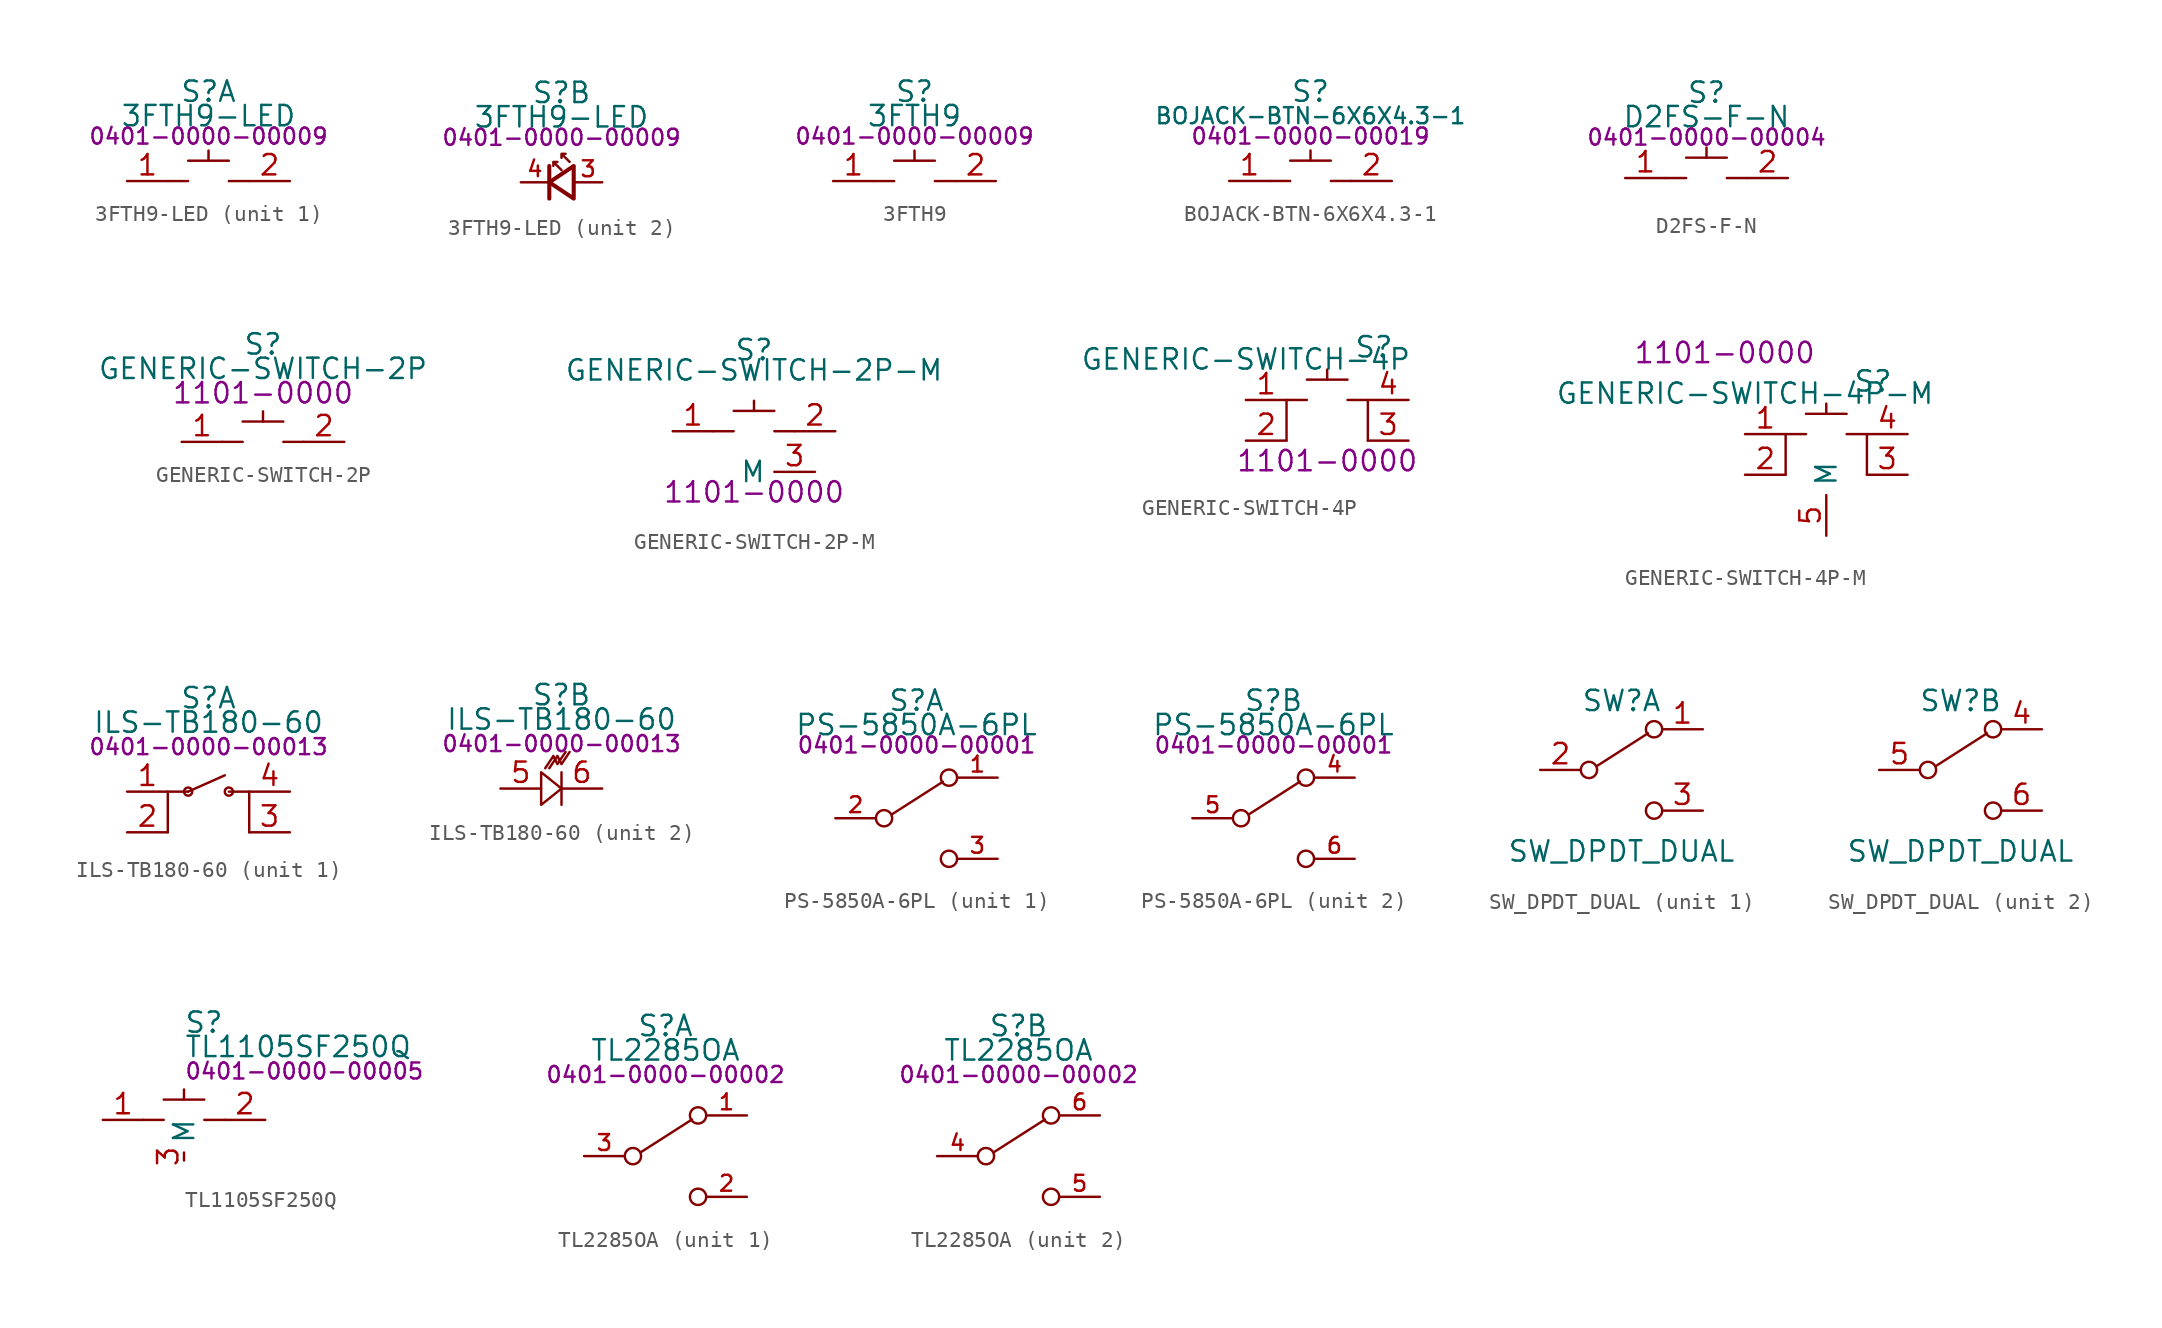
<source format=kicad_sym>
(kicad_symbol_lib
  (version 20231120)
  (generator "kicad_symbol_editor")
  (generator_version "8.0")
  (symbol "3FTH9-LED"
    (pin_names hide)
    (property "Reference" "S"
      (at 0 5.588 0)
      (effects (font (size 1.27 1.27))))
    (property "Value" "3FTH9-LED"
      (at 0 4.064 0)
      (effects (font (size 1.27 1.27))))
    (property "PartNumber" "0401-0000-00009"
      (at 0 2.794 0)
      (effects (font (size 1 1))))
    (property "ki_locked" ""
      (at 0 0 0)
      (effects (font (size 1.27 1.27))))
    (symbol "3FTH9-LED_1_0"
      (polyline (pts (xy -1.27 1.27) (xy 1.27 1.27)) (stroke (width 0) (type default)) (fill (type none)))
      (polyline (pts (xy 0 1.27) (xy 0 1.905)) (stroke (width 0) (type default)) (fill (type none)))
      (pin passive line (at -5.08 0 0) (length 2.54) (name "SW1" (effects (font (size 1.27 1.27)))) (number "1" (effects (font (size 1.27 1.27)))))
      (pin passive line (at 5.08 0 180) (length 2.54) (name "SW2" (effects (font (size 1.27 1.27)))) (number "2" (effects (font (size 1.27 1.27))))))
    (symbol "3FTH9-LED_1_1"
      (polyline (pts (xy -2.54 0) (xy -1.27 0)) (stroke (width 0) (type default)) (fill (type none)))
      (polyline (pts (xy 2.54 0) (xy 1.27 0)) (stroke (width 0) (type default)) (fill (type none))))
    (symbol "3FTH9-LED_2_1"
      (polyline (pts (xy -0.762 -1.016) (xy -0.762 1.016)) (stroke (width 0.254) (type default)) (fill (type none)))
      (polyline (pts (xy 0.762 -1.016) (xy -0.762 0) (xy 0.762 1.016) (xy 0.762 -1.016)) (stroke (width 0.254) (type default)) (fill (type none)))
      (polyline (pts (xy 0 0.762) (xy -0.508 1.27) (xy -0.254 1.27) (xy -0.508 1.27) (xy -0.508 1.016)) (stroke (width 0) (type default)) (fill (type none)))
      (polyline (pts (xy 0.508 1.27) (xy 0 1.778) (xy 0.254 1.778) (xy 0 1.778) (xy 0 1.524)) (stroke (width 0) (type default)) (fill (type none)))
      (pin input line (at 2.54 0 180) (length 1.75) (name "LA" (effects (font (size 1.27 1.27)))) (number "3" (effects (font (size 0.991 0.991)))))
      (pin input line (at -2.54 0 0) (length 1.75) (name "LK" (effects (font (size 1.27 1.27)))) (number "4" (effects (font (size 0.991 0.991)))))))
  (symbol "3FTH9"
    (pin_names hide)
    (property "Reference" "S"
      (at 0 5.588 0)
      (effects (font (size 1.27 1.27))))
    (property "Value" "3FTH9"
      (at 0 4.064 0)
      (effects (font (size 1.27 1.27))))
    (property "PartNumber" "0401-0000-00009"
      (at 0 2.794 0)
      (effects (font (size 1 1))))
    (symbol "3FTH9_0_0"
      (polyline (pts (xy -1.27 1.27) (xy 1.27 1.27)) (stroke (width 0) (type default)) (fill (type none)))
      (polyline (pts (xy 0 1.27) (xy 0 1.905)) (stroke (width 0) (type default)) (fill (type none))))
    (symbol "3FTH9_0_1"
      (polyline (pts (xy -2.54 0) (xy -1.27 0)) (stroke (width 0) (type default)) (fill (type none)))
      (polyline (pts (xy 2.54 0) (xy 1.27 0)) (stroke (width 0) (type default)) (fill (type none))))
    (symbol "3FTH9_1_0"
      (pin passive line (at -5.08 0 0) (length 2.54) (name "SW1" (effects (font (size 1.27 1.27)))) (number "1" (effects (font (size 1.27 1.27)))))
      (pin passive line (at 5.08 0 180) (length 2.54) (name "SW2" (effects (font (size 1.27 1.27)))) (number "2" (effects (font (size 1.27 1.27)))))))
  (symbol "BOJACK-BTN-6X6X4.3-1"
    (property "Reference" "S"
      (at 0 5.588 0)
      (effects (font (size 1.27 1.27))))
    (property "Value" "BOJACK-BTN-6X6X4.3-1"
      (at 0 4.064 0)
      (effects (font (size 1 1))))
    (property "PartNumber" "0401-0000-00019"
      (at 0 2.794 0)
      (effects (font (size 1 1))))
    (symbol "BOJACK-BTN-6X6X4.3-1_0_0"
      (polyline (pts (xy -2.54 0) (xy -1.27 0)) (stroke (width 0) (type default)) (fill (type none)))
      (polyline (pts (xy -1.27 1.27) (xy 1.27 1.27)) (stroke (width 0) (type default)) (fill (type none)))
      (polyline (pts (xy 0 1.27) (xy 0 1.905)) (stroke (width 0) (type default)) (fill (type none)))
      (polyline (pts (xy 2.54 0) (xy 1.27 0)) (stroke (width 0) (type default)) (fill (type none)))
      (pin passive line (at -5.08 0 0) (length 2.54) (name "~" (effects (font (size 1.27 1.27)))) (number "1" (effects (font (size 1.27 1.27)))))
      (pin passive line (at 5.08 0 180) (length 2.54) (name "~" (effects (font (size 1.27 1.27)))) (number "2" (effects (font (size 1.27 1.27)))))))
  (symbol "D2FS-F-N"
    (pin_names hide)
    (property "Reference" "S"
      (at 0 5.334 0)
      (effects (font (size 1.27 1.27))))
    (property "Value" "D2FS-F-N"
      (at 0 3.81 0)
      (effects (font (size 1.27 1.27))))
    (property "PartNumber" "0401-0000-00004"
      (at 0 2.54 0)
      (effects (font (size 1 1))))
    (symbol "D2FS-F-N_0_0"
      (polyline (pts (xy -1.27 1.27) (xy 1.27 1.27)) (stroke (width 0) (type default)) (fill (type none)))
      (polyline (pts (xy 0 1.27) (xy 0 1.905)) (stroke (width 0) (type default)) (fill (type none))))
    (symbol "D2FS-F-N_0_1"
      (polyline (pts (xy -2.54 0) (xy -1.27 0)) (stroke (width 0) (type default)) (fill (type none)))
      (polyline (pts (xy 2.54 0) (xy 1.27 0)) (stroke (width 0) (type default)) (fill (type none))))
    (symbol "D2FS-F-N_1_0"
      (pin passive line (at -5.08 0 0) (length 2.54) (name "SW1" (effects (font (size 1.27 1.27)))) (number "1" (effects (font (size 1.27 1.27)))))
      (pin passive line (at 5.08 0 180) (length 2.54) (name "SW2" (effects (font (size 1.27 1.27)))) (number "2" (effects (font (size 1.27 1.27)))))
      (pin no_connect line (at 1.27 -1.27 180) (length 2.54) hide (name "NC" (effects (font (size 1.27 1.27)))) (number "3" (effects (font (size 1.27 1.27)))))))
  (symbol "GENERIC-SWITCH-2P"
    (property "Reference" "S"
      (at 0 6.096 0)
      (effects (font (size 1.27 1.27))))
    (property "Value" "GENERIC-SWITCH-2P"
      (at 0 4.572 0)
      (effects (font (size 1.27 1.27))))
    (property "PartNumber" "1101-0000"
      (at 0 3.048 0)
      (effects (font (size 1.27 1.27))))
    (symbol "GENERIC-SWITCH-2P_0_0"
      (polyline (pts (xy -2.54 0) (xy -1.27 0)) (stroke (width 0) (type default)) (fill (type none)))
      (polyline (pts (xy -1.27 1.27) (xy 1.27 1.27)) (stroke (width 0) (type default)) (fill (type none)))
      (polyline (pts (xy 0 1.27) (xy 0 1.905)) (stroke (width 0) (type default)) (fill (type none)))
      (polyline (pts (xy 2.54 0) (xy 1.27 0)) (stroke (width 0) (type default)) (fill (type none)))
      (pin passive line (at -5.08 0 0) (length 2.54) (name "~" (effects (font (size 1.27 1.27)))) (number "1" (effects (font (size 1.27 1.27)))))
      (pin passive line (at 5.08 0 180) (length 2.54) (name "~" (effects (font (size 1.27 1.27)))) (number "2" (effects (font (size 1.27 1.27)))))))
  (symbol "GENERIC-SWITCH-2P-M"
    (property "Reference" "S"
      (at 0 5.08 0)
      (effects (font (size 1.27 1.27))))
    (property "Value" "GENERIC-SWITCH-2P-M"
      (at 0 3.81 0)
      (effects (font (size 1.27 1.27))))
    (property "PartNumber" "1101-0000"
      (at 0 -3.81 0)
      (effects (font (size 1.27 1.27))))
    (symbol "GENERIC-SWITCH-2P-M_0_0"
      (polyline (pts (xy -2.54 0) (xy -1.27 0)) (stroke (width 0) (type default)) (fill (type none)))
      (polyline (pts (xy -1.27 1.27) (xy 1.27 1.27)) (stroke (width 0) (type default)) (fill (type none)))
      (polyline (pts (xy 0 1.27) (xy 0 1.905)) (stroke (width 0) (type default)) (fill (type none)))
      (polyline (pts (xy 2.54 0) (xy 1.27 0)) (stroke (width 0) (type default)) (fill (type none)))
      (pin passive line (at -5.08 0 0) (length 2.54) (name "~" (effects (font (size 1.27 1.27)))) (number "1" (effects (font (size 1.27 1.27)))))
      (pin passive line (at 5.08 0 180) (length 2.54) (name "~" (effects (font (size 1.27 1.27)))) (number "2" (effects (font (size 1.27 1.27)))))
      (pin passive line (at 3.81 -2.54 180) (length 2.54) (name "M" (effects (font (size 1.27 1.27)))) (number "3" (effects (font (size 1.27 1.27)))))))
  (symbol "GENERIC-SWITCH-4P"
    (property "Reference" "S"
      (at 2.921 3.302 0)
      (effects (font (size 1.27 1.27))))
    (property "Value" "GENERIC-SWITCH-4P"
      (at -5.08 2.54 0)
      (effects (font (size 1.27 1.27))))
    (property "PartNumber" "1101-0000"
      (at 0 -3.81 0)
      (effects (font (size 1.27 1.27))))
    (symbol "GENERIC-SWITCH-4P_0_0"
      (polyline (pts (xy -1.27 1.27) (xy 1.27 1.27)) (stroke (width 0) (type default)) (fill (type none)))
      (polyline (pts (xy 0 1.27) (xy 0 1.905)) (stroke (width 0) (type default)) (fill (type none)))
      (polyline (pts (xy -1.27 0) (xy -2.54 0) (xy -2.54 -2.54)) (stroke (width 0) (type default)) (fill (type none)))
      (polyline (pts (xy 1.27 0) (xy 2.54 0) (xy 2.54 -2.54)) (stroke (width 0) (type default)) (fill (type none)))
      (pin passive line (at -5.08 0 0) (length 2.54) (name "~" (effects (font (size 1.27 1.27)))) (number "1" (effects (font (size 1.27 1.27)))))
      (pin passive line (at -5.08 -2.54 0) (length 2.54) (name "~" (effects (font (size 1.27 1.27)))) (number "2" (effects (font (size 1.27 1.27)))))
      (pin passive line (at 5.08 -2.54 180) (length 2.54) (name "~" (effects (font (size 1.27 1.27)))) (number "3" (effects (font (size 1.27 1.27)))))
      (pin passive line (at 5.08 0 180) (length 2.54) (name "~" (effects (font (size 1.27 1.27)))) (number "4" (effects (font (size 1.27 1.27)))))))
  (symbol "GENERIC-SWITCH-4P-M"
    (property "Reference" "S"
      (at 2.921 3.302 0)
      (effects (font (size 1.27 1.27))))
    (property "Value" "GENERIC-SWITCH-4P-M"
      (at -5.08 2.54 0)
      (effects (font (size 1.27 1.27))))
    (property "PartNumber" "1101-0000"
      (at -6.35 5.08 0)
      (effects (font (size 1.27 1.27))))
    (symbol "GENERIC-SWITCH-4P-M_0_0"
      (polyline (pts (xy -1.27 1.27) (xy 1.27 1.27)) (stroke (width 0) (type default)) (fill (type none)))
      (polyline (pts (xy 0 1.27) (xy 0 1.905)) (stroke (width 0) (type default)) (fill (type none)))
      (polyline (pts (xy -1.27 0) (xy -2.54 0) (xy -2.54 -2.54)) (stroke (width 0) (type default)) (fill (type none)))
      (polyline (pts (xy 1.27 0) (xy 2.54 0) (xy 2.54 -2.54)) (stroke (width 0) (type default)) (fill (type none)))
      (pin passive line (at -5.08 0 0) (length 2.54) (name "~" (effects (font (size 1.27 1.27)))) (number "1" (effects (font (size 1.27 1.27)))))
      (pin passive line (at -5.08 -2.54 0) (length 2.54) (name "~" (effects (font (size 1.27 1.27)))) (number "2" (effects (font (size 1.27 1.27)))))
      (pin passive line (at 5.08 -2.54 180) (length 2.54) (name "~" (effects (font (size 1.27 1.27)))) (number "3" (effects (font (size 1.27 1.27)))))
      (pin passive line (at 5.08 0 180) (length 2.54) (name "~" (effects (font (size 1.27 1.27)))) (number "4" (effects (font (size 1.27 1.27)))))
      (pin passive line (at 0 -6.35 90) (length 2.54) (name "M" (effects (font (size 1.27 1.27)))) (number "5" (effects (font (size 1.27 1.27)))))))
  (symbol "ILS-TB180-60"
    (pin_names
      (offset 0.254))
    (property "Reference" "S"
      (at 0 5.842 0)
      (effects (font (size 1.27 1.27))))
    (property "Value" "ILS-TB180-60"
      (at 0 4.318 0)
      (effects (font (size 1.27 1.27))))
    (property "PartNumber" "0401-0000-00013"
      (at 0 2.794 0)
      (effects (font (size 1 1))))
    (property "ki_locked" ""
      (at 0 0 0)
      (effects (font (size 1.27 1.27))))
    (symbol "ILS-TB180-60_1_0"
      (polyline (pts (xy -1.27 0) (xy -2.54 0) (xy -2.54 -2.54)) (stroke (width 0) (type default)) (fill (type none)))
      (polyline (pts (xy 1.27 0) (xy 2.54 0) (xy 2.54 -2.54)) (stroke (width 0) (type default)) (fill (type none)))
      (pin passive line (at -5.08 0 0) (length 2.54) (name "~" (effects (font (size 1.27 1.27)))) (number "1" (effects (font (size 1.27 1.27)))))
      (pin passive line (at -5.08 -2.54 0) (length 2.54) (name "~" (effects (font (size 1.27 1.27)))) (number "2" (effects (font (size 1.27 1.27)))))
      (pin passive line (at 5.08 -2.54 180) (length 2.54) (name "~" (effects (font (size 1.27 1.27)))) (number "3" (effects (font (size 1.27 1.27)))))
      (pin passive line (at 5.08 0 180) (length 2.54) (name "~" (effects (font (size 1.27 1.27)))) (number "4" (effects (font (size 1.27 1.27))))))
    (symbol "ILS-TB180-60_1_1"
      (circle (center -1.27 0) (radius 0.254) (stroke (width 0) (type default)) (fill (type none)))
      (polyline (pts (xy -1.27 0) (xy 1.016 1.016)) (stroke (width 0) (type default)) (fill (type none)))
      (circle (center 1.27 0) (radius 0.254) (stroke (width 0) (type default)) (fill (type none))))
    (symbol "ILS-TB180-60_2_0"
      (pin passive line (at -3.81 0 0) (length 2.54) (name "~" (effects (font (size 1.27 1.27)))) (number "5" (effects (font (size 1.27 1.27)))))
      (pin passive line (at 2.54 0 180) (length 2.54) (name "~" (effects (font (size 1.27 1.27)))) (number "6" (effects (font (size 1.27 1.27))))))
    (symbol "ILS-TB180-60_2_1"
      (polyline (pts (xy 0 1.016) (xy 0 -1.016)) (stroke (width 0) (type default)) (fill (type none)))
      (polyline (pts (xy -1.27 1.016) (xy -1.27 -1.016) (xy 0 0) (xy -1.27 1.016)) (stroke (width 0) (type default)) (fill (type none)))
      (polyline (pts (xy -1.016 1.27) (xy -0.508 2.032) (xy -0.254 1.524) (xy 0.254 2.286)) (stroke (width 0) (type default)) (fill (type none)))
      (polyline (pts (xy -0.762 1.27) (xy -0.254 2.032) (xy 0 1.524) (xy 0.508 2.286)) (stroke (width 0) (type default)) (fill (type none)))))
  (symbol "PS-5850A-6PL"
    (pin_names hide)
    (property "Reference" "S"
      (at 0 7.366 0)
      (effects (font (size 1.27 1.27))))
    (property "Value" "PS-5850A-6PL"
      (at 0 5.842 0)
      (effects (font (size 1.27 1.27))))
    (property "PartNumber" "0401-0000-00001"
      (at 0 4.572 0)
      (effects (font (size 1 1))))
    (property "ki_locked" ""
      (at 0 0 0)
      (effects (font (size 1.27 1.27))))
    (symbol "PS-5850A-6PL_1_0"
      (circle (center -2.032 0) (radius 0.508) (stroke (width 0) (type default)) (fill (type none)))
      (circle (center 2.032 -2.54) (radius 0.508) (stroke (width 0) (type default)) (fill (type none)))
      (pin passive line (at 5.08 2.54 180) (length 2.54) (name "NC1" (effects (font (size 1.27 1.27)))) (number "1" (effects (font (size 0.991 0.991)))))
      (pin passive line (at -5.08 0 0) (length 2.54) (name "COM1" (effects (font (size 1.27 1.27)))) (number "2" (effects (font (size 0.991 0.991)))))
      (pin passive line (at 5.08 -2.54 180) (length 2.54) (name "NO1" (effects (font (size 1.27 1.27)))) (number "3" (effects (font (size 0.991 0.991))))))
    (symbol "PS-5850A-6PL_1_1"
      (polyline (pts (xy -1.524 0.254) (xy 1.651 2.286)) (stroke (width 0) (type default)) (fill (type none)))
      (circle (center 2.032 2.54) (radius 0.508) (stroke (width 0) (type default)) (fill (type none))))
    (symbol "PS-5850A-6PL_2_0"
      (circle (center -2.032 0) (radius 0.508) (stroke (width 0) (type default)) (fill (type none)))
      (circle (center 2.032 -2.54) (radius 0.508) (stroke (width 0) (type default)) (fill (type none)))
      (pin passive line (at 5.08 2.54 180) (length 2.54) (name "NC2" (effects (font (size 1.27 1.27)))) (number "4" (effects (font (size 0.991 0.991)))))
      (pin passive line (at -5.08 0 0) (length 2.54) (name "COM2" (effects (font (size 1.27 1.27)))) (number "5" (effects (font (size 0.991 0.991)))))
      (pin passive line (at 5.08 -2.54 180) (length 2.54) (name "NO2" (effects (font (size 1.27 1.27)))) (number "6" (effects (font (size 0.991 0.991))))))
    (symbol "PS-5850A-6PL_2_1"
      (polyline (pts (xy -1.524 0.254) (xy 1.651 2.286)) (stroke (width 0) (type default)) (fill (type none)))
      (circle (center 2.032 2.54) (radius 0.508) (stroke (width 0) (type default)) (fill (type none)))))
  (symbol "SW_DPDT_DUAL"
    (pin_names
      (offset 0) hide)
    (property "Reference" "SW"
      (at 0 4.318 0)
      (effects (font (size 1.27 1.27))))
    (property "Value" "SW_DPDT_DUAL"
      (at 0 -5.08 0)
      (effects (font (size 1.27 1.27))))
    (symbol "SW_DPDT_DUAL_0_0"
      (circle (center -2.032 0) (radius 0.508) (stroke (width 0) (type default)) (fill (type none)))
      (circle (center 2.032 -2.54) (radius 0.508) (stroke (width 0) (type default)) (fill (type none))))
    (symbol "SW_DPDT_DUAL_0_1"
      (polyline (pts (xy -1.524 0.254) (xy 1.651 2.286)) (stroke (width 0) (type default)) (fill (type none)))
      (circle (center 2.032 2.54) (radius 0.508) (stroke (width 0) (type default)) (fill (type none))))
    (symbol "SW_DPDT_DUAL_1_1"
      (pin passive line (at 5.08 2.54 180) (length 2.54) (name "A" (effects (font (size 1.27 1.27)))) (number "1" (effects (font (size 1.27 1.27)))))
      (pin passive line (at -5.08 0 0) (length 2.54) (name "B" (effects (font (size 1.27 1.27)))) (number "2" (effects (font (size 1.27 1.27)))))
      (pin passive line (at 5.08 -2.54 180) (length 2.54) (name "C" (effects (font (size 1.27 1.27)))) (number "3" (effects (font (size 1.27 1.27))))))
    (symbol "SW_DPDT_DUAL_2_1"
      (pin passive line (at 5.08 2.54 180) (length 2.54) (name "A" (effects (font (size 1.27 1.27)))) (number "4" (effects (font (size 1.27 1.27)))))
      (pin passive line (at -5.08 0 0) (length 2.54) (name "B" (effects (font (size 1.27 1.27)))) (number "5" (effects (font (size 1.27 1.27)))))
      (pin passive line (at 5.08 -2.54 180) (length 2.54) (name "C" (effects (font (size 1.27 1.27)))) (number "6" (effects (font (size 1.27 1.27)))))))
  (symbol "TL1105SF250Q"
    (property "Reference" "S"
      (at 0 6.096 0)
      (effects (font (size 1.27 1.27)) (justify left)))
    (property "Value" "TL1105SF250Q"
      (at 0 4.572 0)
      (effects (font (size 1.27 1.27)) (justify left)))
    (property "PartNumber" "0401-0000-00005"
      (at 0 3.048 0)
      (effects (font (size 1 1)) (justify left)))
    (symbol "TL1105SF250Q_0_0"
      (polyline (pts (xy -2.54 0) (xy -1.27 0)) (stroke (width 0) (type default)) (fill (type none)))
      (polyline (pts (xy -1.27 1.27) (xy 1.27 1.27)) (stroke (width 0) (type default)) (fill (type none)))
      (polyline (pts (xy 0 1.27) (xy 0 1.905)) (stroke (width 0) (type default)) (fill (type none)))
      (polyline (pts (xy 2.54 0) (xy 1.27 0)) (stroke (width 0) (type default)) (fill (type none)))
      (pin passive line (at -5.08 0 0) (length 2.54) (name "~" (effects (font (size 1.27 1.27)))) (number "1" (effects (font (size 1.27 1.27)))))
      (pin passive line (at 5.08 0 180) (length 2.54) (name "~" (effects (font (size 1.27 1.27)))) (number "2" (effects (font (size 1.27 1.27)))))
      (pin passive line (at 0 -2.54 90) (length 0.5) (name "M" (effects (font (size 1.27 1.27)))) (number "3" (effects (font (size 1.27 1.27)))))))
  (symbol "TL2285OA"
    (pin_names hide)
    (property "Reference" "S"
      (at 0 8.128 0)
      (effects (font (size 1.27 1.27))))
    (property "Value" "TL2285OA"
      (at 0 6.604 0)
      (effects (font (size 1.27 1.27))))
    (property "PartNumber" "0401-0000-00002"
      (at 0 5.08 0)
      (effects (font (size 1 1))))
    (property "ki_locked" ""
      (at 0 0 0)
      (effects (font (size 1.27 1.27))))
    (symbol "TL2285OA_0_0"
      (circle (center -2.032 0) (radius 0.508) (stroke (width 0) (type default)) (fill (type none)))
      (circle (center 2.032 -2.54) (radius 0.508) (stroke (width 0) (type default)) (fill (type none))))
    (symbol "TL2285OA_0_1"
      (polyline (pts (xy -1.524 0.254) (xy 1.651 2.286)) (stroke (width 0) (type default)) (fill (type none)))
      (circle (center 2.032 2.54) (radius 0.508) (stroke (width 0) (type default)) (fill (type none))))
    (symbol "TL2285OA_1_0"
      (pin passive line (at 5.08 2.54 180) (length 2.54) (name "NC1" (effects (font (size 1.27 1.27)))) (number "1" (effects (font (size 0.991 0.991)))))
      (pin passive line (at 5.08 -2.54 180) (length 2.54) (name "NO1" (effects (font (size 1.27 1.27)))) (number "2" (effects (font (size 0.991 0.991)))))
      (pin passive line (at -5.08 0 0) (length 2.54) (name "COM1" (effects (font (size 1.27 1.27)))) (number "3" (effects (font (size 0.991 0.991))))))
    (symbol "TL2285OA_2_0"
      (pin passive line (at -5.08 0 0) (length 2.54) (name "COM2" (effects (font (size 1.27 1.27)))) (number "4" (effects (font (size 0.991 0.991)))))
      (pin passive line (at 5.08 -2.54 180) (length 2.54) (name "NO2" (effects (font (size 1.27 1.27)))) (number "5" (effects (font (size 0.991 0.991)))))
      (pin passive line (at 5.08 2.54 180) (length 2.54) (name "NC2" (effects (font (size 1.27 1.27)))) (number "6" (effects (font (size 0.991 0.991))))))))
</source>
